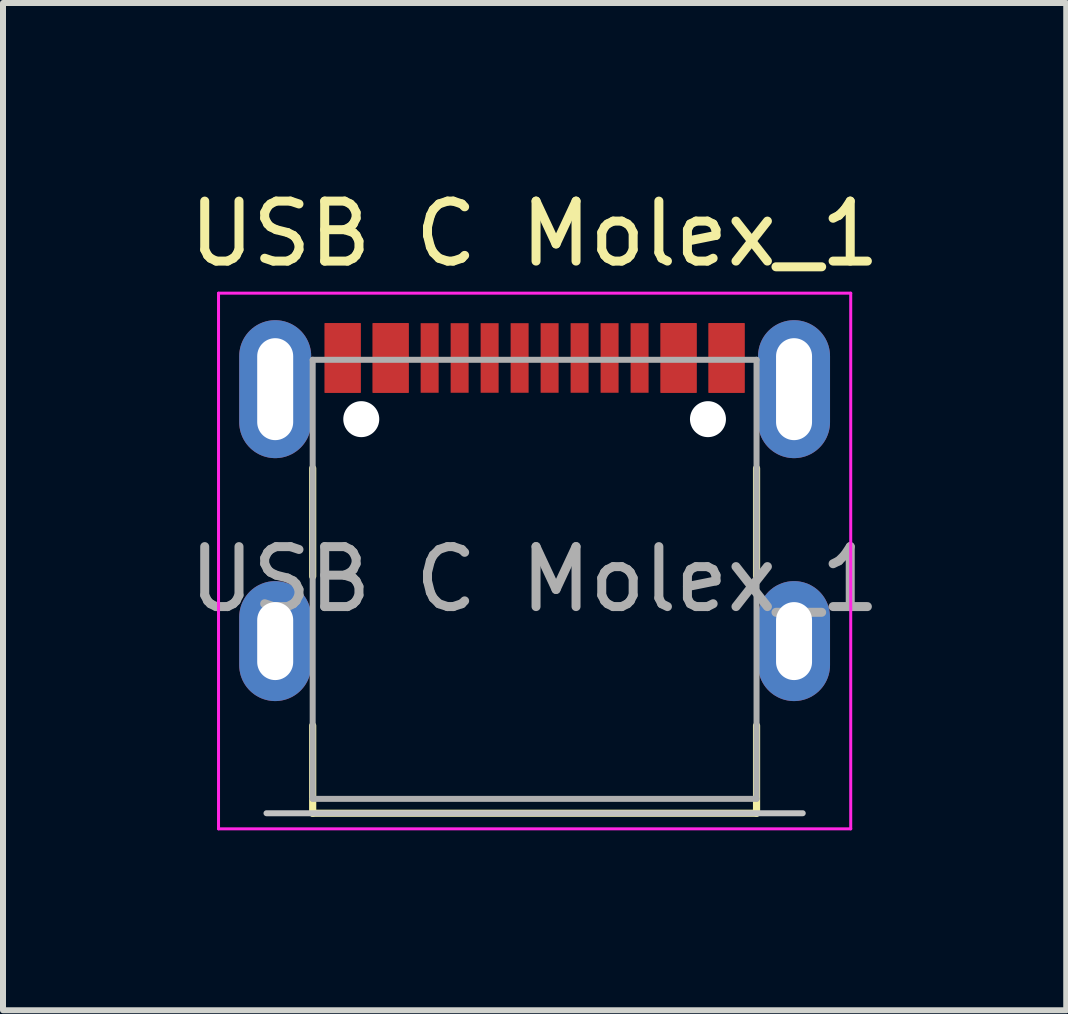
<source format=kicad_pcb>
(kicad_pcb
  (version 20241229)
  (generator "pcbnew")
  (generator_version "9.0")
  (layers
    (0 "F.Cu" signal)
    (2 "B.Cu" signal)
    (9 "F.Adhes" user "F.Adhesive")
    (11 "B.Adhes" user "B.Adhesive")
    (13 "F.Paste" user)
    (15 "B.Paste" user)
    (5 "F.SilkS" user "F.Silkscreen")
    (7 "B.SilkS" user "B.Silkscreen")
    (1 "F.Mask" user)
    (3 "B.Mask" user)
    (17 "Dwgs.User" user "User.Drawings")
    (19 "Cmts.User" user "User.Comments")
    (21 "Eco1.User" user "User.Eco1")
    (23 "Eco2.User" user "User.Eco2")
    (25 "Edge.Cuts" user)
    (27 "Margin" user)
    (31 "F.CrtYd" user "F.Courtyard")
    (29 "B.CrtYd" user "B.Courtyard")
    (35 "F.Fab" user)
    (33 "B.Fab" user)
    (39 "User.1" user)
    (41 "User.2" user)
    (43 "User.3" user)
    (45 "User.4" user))
  (footprint "USB C Molex_1"
    (layer "F.Cu")
    (at 5.863 5.428)
    (property "Reference" "USB C Molex_1" (at 0 -4.58 0) (layer "F.SilkS") (effects (font (size 1 1) (thickness 0.15))))
    (attr smd)
    (fp_line (start -3.7 -0.67) (end -3.7 1.13) (stroke (width 0.12) (type solid)) (layer "F.SilkS"))
    (fp_line (start -3.7 5.08) (end -3.7 3.62) (stroke (width 0.12) (type solid)) (layer "F.SilkS"))
    (fp_line (start 3.7 -0.67) (end 3.7 1.13) (stroke (width 0.12) (type solid)) (layer "F.SilkS"))
    (fp_line (start 3.7 5.08) (end -3.7 5.08) (stroke (width 0.12) (type default)) (layer "F.SilkS"))
    (fp_line (start 3.7 5.08) (end 3.7 3.62) (stroke (width 0.12) (type solid)) (layer "F.SilkS"))
    (fp_line (start -4.47 5.08) (end 4.47 5.08) (stroke (width 0.1) (type solid)) (layer "Dwgs.User"))
    (fp_line (start -5.27 -3.59) (end -5.27 5.34) (stroke (width 0.05) (type solid)) (layer "F.CrtYd"))
    (fp_line (start -5.27 5.34) (end 5.27 5.34) (stroke (width 0.05) (type solid)) (layer "F.CrtYd"))
    (fp_line (start 5.27 -3.59) (end -5.27 -3.59) (stroke (width 0.05) (type solid)) (layer "F.CrtYd"))
    (fp_line (start 5.27 5.34) (end 5.27 -3.59) (stroke (width 0.05) (type solid)) (layer "F.CrtYd"))
    (fp_line (start -3.7 -2.48) (end -3.7 4.84) (stroke (width 0.1) (type solid)) (layer "F.Fab"))
    (fp_line (start -3.7 -2.48) (end 3.7 -2.48) (stroke (width 0.1) (type solid)) (layer "F.Fab"))
    (fp_line (start 3.7 -2.48) (end 3.7 4.84) (stroke (width 0.1) (type solid)) (layer "F.Fab"))
    (fp_line (start 3.7 4.84) (end -3.7 4.84) (stroke (width 0.1) (type solid)) (layer "F.Fab"))
    (fp_text user "${REFERENCE}" (at 0 1.18 0) (layer "F.Fab") (effects (font (size 1 1) (thickness 0.15))))
    (pad "" np_thru_hole circle (at -2.89 -1.49 180) (size 0.6 0.6) (drill 0.6) (layers "*.Cu" "*.Mask"))
    (pad "" np_thru_hole circle (at 2.89 -1.49 180) (size 0.6 0.6) (drill 0.6) (layers "*.Cu" "*.Mask"))
    (pad "A1" smd rect (at -3.2 -2.51) (size 0.6 1.16) (layers "F.Cu" "F.Mask" "F.Paste"))
    (pad "A4" smd rect (at -2.4 -2.51) (size 0.6 1.16) (layers "F.Cu" "F.Mask" "F.Paste"))
    (pad "A5" smd rect (at -1.25 -2.51 180) (size 0.3 1.16) (layers "F.Cu" "F.Mask" "F.Paste"))
    (pad "A6" smd rect (at -0.25 -2.51 180) (size 0.3 1.16) (layers "F.Cu" "F.Mask" "F.Paste"))
    (pad "A7" smd rect (at 0.25 -2.51 180) (size 0.3 1.16) (layers "F.Cu" "F.Mask" "F.Paste"))
    (pad "A8" smd rect (at 1.25 -2.51 180) (size 0.3 1.16) (layers "F.Cu" "F.Mask" "F.Paste"))
    (pad "A9" smd rect (at 2.4 -2.51) (size 0.6 1.16) (layers "F.Cu" "F.Mask" "F.Paste"))
    (pad "A12" smd rect (at 3.2 -2.51) (size 0.6 1.16) (layers "F.Cu" "F.Mask" "F.Paste"))
    (pad "B1" smd rect (at 3.2 -2.51) (size 0.6 1.16) (layers "F.Cu" "F.Mask" "F.Paste"))
    (pad "B4" smd rect (at 2.4 -2.51) (size 0.6 1.16) (layers "F.Cu" "F.Mask" "F.Paste"))
    (pad "B5" smd rect (at 1.75 -2.51 180) (size 0.3 1.16) (layers "F.Cu" "F.Mask" "F.Paste"))
    (pad "B6" smd rect (at 0.75 -2.51 180) (size 0.3 1.16) (layers "F.Cu" "F.Mask" "F.Paste"))
    (pad "B7" smd rect (at -0.75 -2.51 180) (size 0.3 1.16) (layers "F.Cu" "F.Mask" "F.Paste"))
    (pad "B8" smd rect (at -1.75 -2.51 180) (size 0.3 1.16) (layers "F.Cu" "F.Mask" "F.Paste"))
    (pad "B9" smd rect (at -2.4 -2.51) (size 0.6 1.16) (layers "F.Cu" "F.Mask" "F.Paste"))
    (pad "B12" smd rect (at -3.2 -2.51) (size 0.6 1.16) (layers "F.Cu" "F.Mask" "F.Paste"))
    (pad "S1" thru_hole oval (at -4.325 -1.99 90) (size 2.3 1.2) (drill oval 1.7 0.6) (layers "*.Cu" "*.Mask"))
    (pad "S1" thru_hole oval (at -4.325 2.21 90) (size 2 1.2) (drill oval 1.3 0.6) (layers "*.Cu" "*.Mask"))
    (pad "S1" thru_hole oval (at 4.325 -1.99 90) (size 2.3 1.2) (drill oval 1.7 0.6) (layers "*.Cu" "*.Mask"))
    (pad "S1" thru_hole oval (at 4.325 2.21 90) (size 2 1.2) (drill oval 1.3 0.6) (layers "*.Cu" "*.Mask")))
  (gr_rect
    (start -3 -3)
    (end 14.726 13.793)
    (stroke (width 0.1) (type default))
    (fill no)
    (layer "Edge.Cuts")))
</source>
